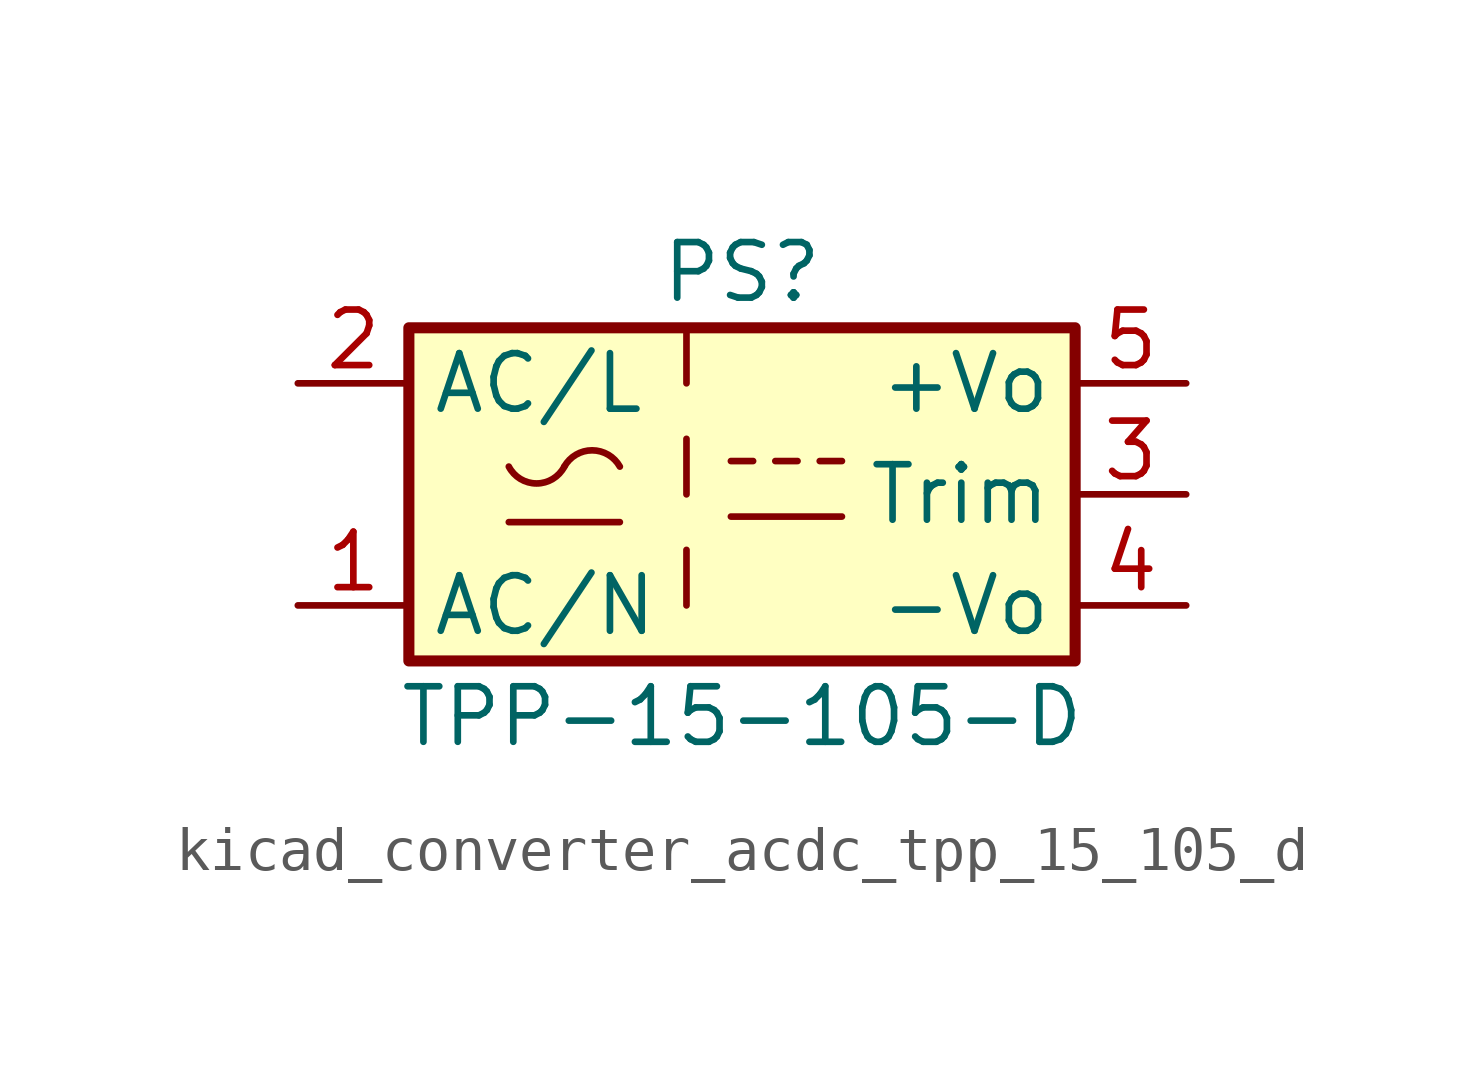
<source format=kicad_sym>
(kicad_symbol_lib
  (version 20220914)
  (generator kicad_symbol_editor)
  (symbol "kicad_converter_acdc_tpp_15_105_d"
    (property "Reference" "PS"
      (at 0 5.08 0)
      (effects (font (size 1.27 1.27))))
    (property "Value" "TPP-15-105-D"
      (at 0 -5.08 0)
      (effects (font (size 1.27 1.27))))
    (symbol "kicad_converter_acdc_tpp_15_105_d_0_1"
      (rectangle (start -7.62 3.81) (end 7.62 -3.81) (stroke (width 0.254) (type default)) (fill (type background)))
      (arc (start -5.334 0.635) (mid -4.699 0.2495) (end -4.064 0.635) (stroke (width 0) (type default)) (fill (type none)))
      (arc (start -2.794 0.635) (mid -3.429 1.0072) (end -4.064 0.635) (stroke (width 0) (type default)) (fill (type none)))
      (polyline (pts (xy -5.334 -0.635) (xy -2.794 -0.635)) (stroke (width 0) (type default)) (fill (type none)))
      (polyline (pts (xy -0.254 -0.508) (xy 2.286 -0.508)) (stroke (width 0) (type default)) (fill (type none)))
      (polyline (pts (xy -0.254 0.762) (xy 0.254 0.762)) (stroke (width 0) (type default)) (fill (type none)))
      (polyline (pts (xy 0.762 0.762) (xy 1.27 0.762)) (stroke (width 0) (type default)) (fill (type none)))
      (polyline (pts (xy 1.778 0.762) (xy 2.286 0.762)) (stroke (width 0) (type default)) (fill (type none))))
    (symbol "kicad_converter_acdc_tpp_15_105_d_1_1"
      (polyline (pts (xy -1.27 -1.27) (xy -1.27 -2.54)) (stroke (width 0) (type default)) (fill (type none)))
      (polyline (pts (xy -1.27 1.27) (xy -1.27 0)) (stroke (width 0) (type default)) (fill (type none)))
      (polyline (pts (xy -1.27 3.81) (xy -1.27 2.54)) (stroke (width 0) (type default)) (fill (type none)))
      (pin power_in line (at -10.16 -2.54 0) (length 2.54) (name "AC/N" (effects (font (size 1.27 1.27)))) (number "1" (effects (font (size 1.27 1.27)))))
      (pin power_in line (at -10.16 2.54 0) (length 2.54) (name "AC/L" (effects (font (size 1.27 1.27)))) (number "2" (effects (font (size 1.27 1.27)))))
      (pin passive line (at 10.16 0 180) (length 2.54) (name "Trim" (effects (font (size 1.27 1.27)))) (number "3" (effects (font (size 1.27 1.27)))))
      (pin power_out line (at 10.16 -2.54 180) (length 2.54) (name "-Vo" (effects (font (size 1.27 1.27)))) (number "4" (effects (font (size 1.27 1.27)))))
      (pin power_out line (at 10.16 2.54 180) (length 2.54) (name "+Vo" (effects (font (size 1.27 1.27)))) (number "5" (effects (font (size 1.27 1.27))))))))
</source>
